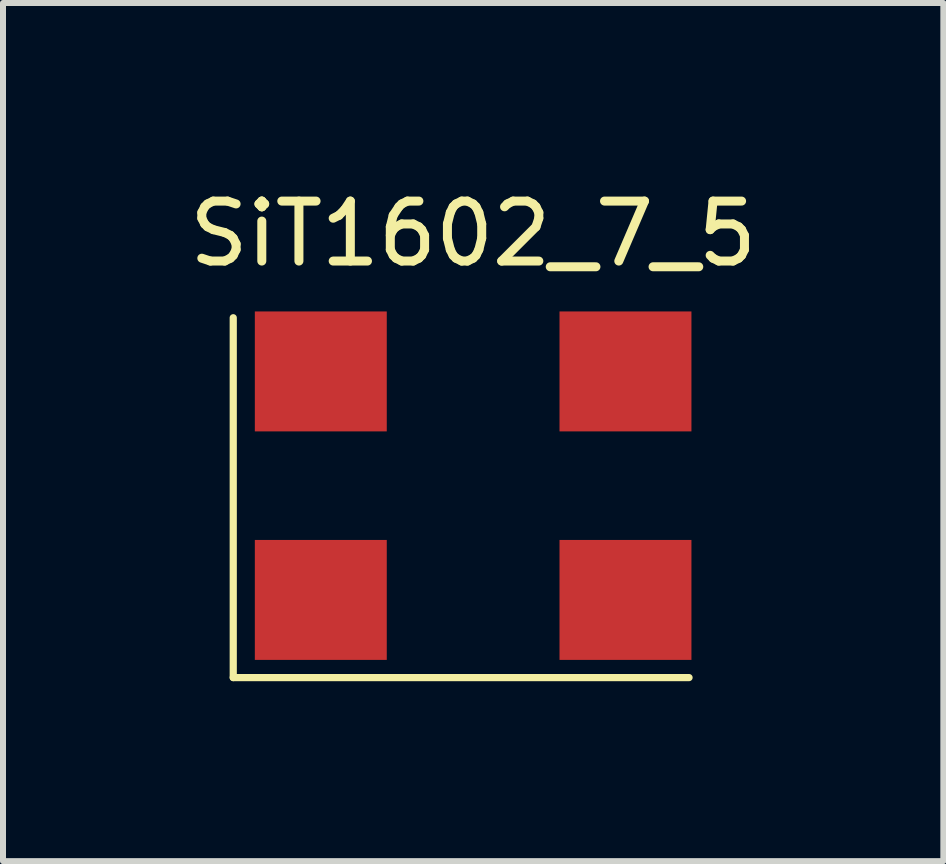
<source format=kicad_pcb>
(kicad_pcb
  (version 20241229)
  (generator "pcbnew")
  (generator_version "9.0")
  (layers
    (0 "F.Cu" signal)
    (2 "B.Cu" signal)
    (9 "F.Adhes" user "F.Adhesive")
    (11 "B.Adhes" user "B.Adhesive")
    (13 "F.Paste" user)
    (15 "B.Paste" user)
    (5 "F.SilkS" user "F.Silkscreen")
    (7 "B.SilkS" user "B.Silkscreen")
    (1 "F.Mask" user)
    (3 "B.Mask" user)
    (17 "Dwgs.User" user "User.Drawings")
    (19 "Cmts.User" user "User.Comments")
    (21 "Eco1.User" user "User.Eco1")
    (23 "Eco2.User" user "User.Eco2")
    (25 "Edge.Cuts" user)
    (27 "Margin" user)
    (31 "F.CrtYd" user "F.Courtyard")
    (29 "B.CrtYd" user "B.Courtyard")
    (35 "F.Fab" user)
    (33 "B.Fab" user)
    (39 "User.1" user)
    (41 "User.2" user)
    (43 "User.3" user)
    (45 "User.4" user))
  (footprint "SiT1602_7_5"
    (layer "F.Cu")
    (at 4.839 5.048)
    (property "Reference" "SiT1602_7_5" (at 0 -4.2 0) (layer "F.SilkS") (effects (font (size 1 1) (thickness 0.15))))
    (attr through_hole)
    (fp_line (start -4 -2.8) (end -4 3.2) (stroke (width 0.12) (type solid)) (layer "F.SilkS"))
    (fp_line (start -4 3.2) (end 3.6 3.2) (stroke (width 0.12) (type solid)) (layer "F.SilkS"))
    (pad "1" smd rect (at -2.54 1.905) (size 2.2 2) (layers "F.Cu" "F.Mask" "F.Paste"))
    (pad "2" smd rect (at 2.54 1.905) (size 2.2 2) (layers "F.Cu" "F.Mask" "F.Paste"))
    (pad "3" smd rect (at 2.54 -1.905) (size 2.2 2) (layers "F.Cu" "F.Mask" "F.Paste"))
    (pad "4" smd rect (at -2.54 -1.905) (size 2.2 2) (layers "F.Cu" "F.Mask" "F.Paste")))
  (gr_rect
    (start -3 -3)
    (end 12.679 11.308)
    (stroke (width 0.1) (type default))
    (fill no)
    (layer "Edge.Cuts")))
</source>
